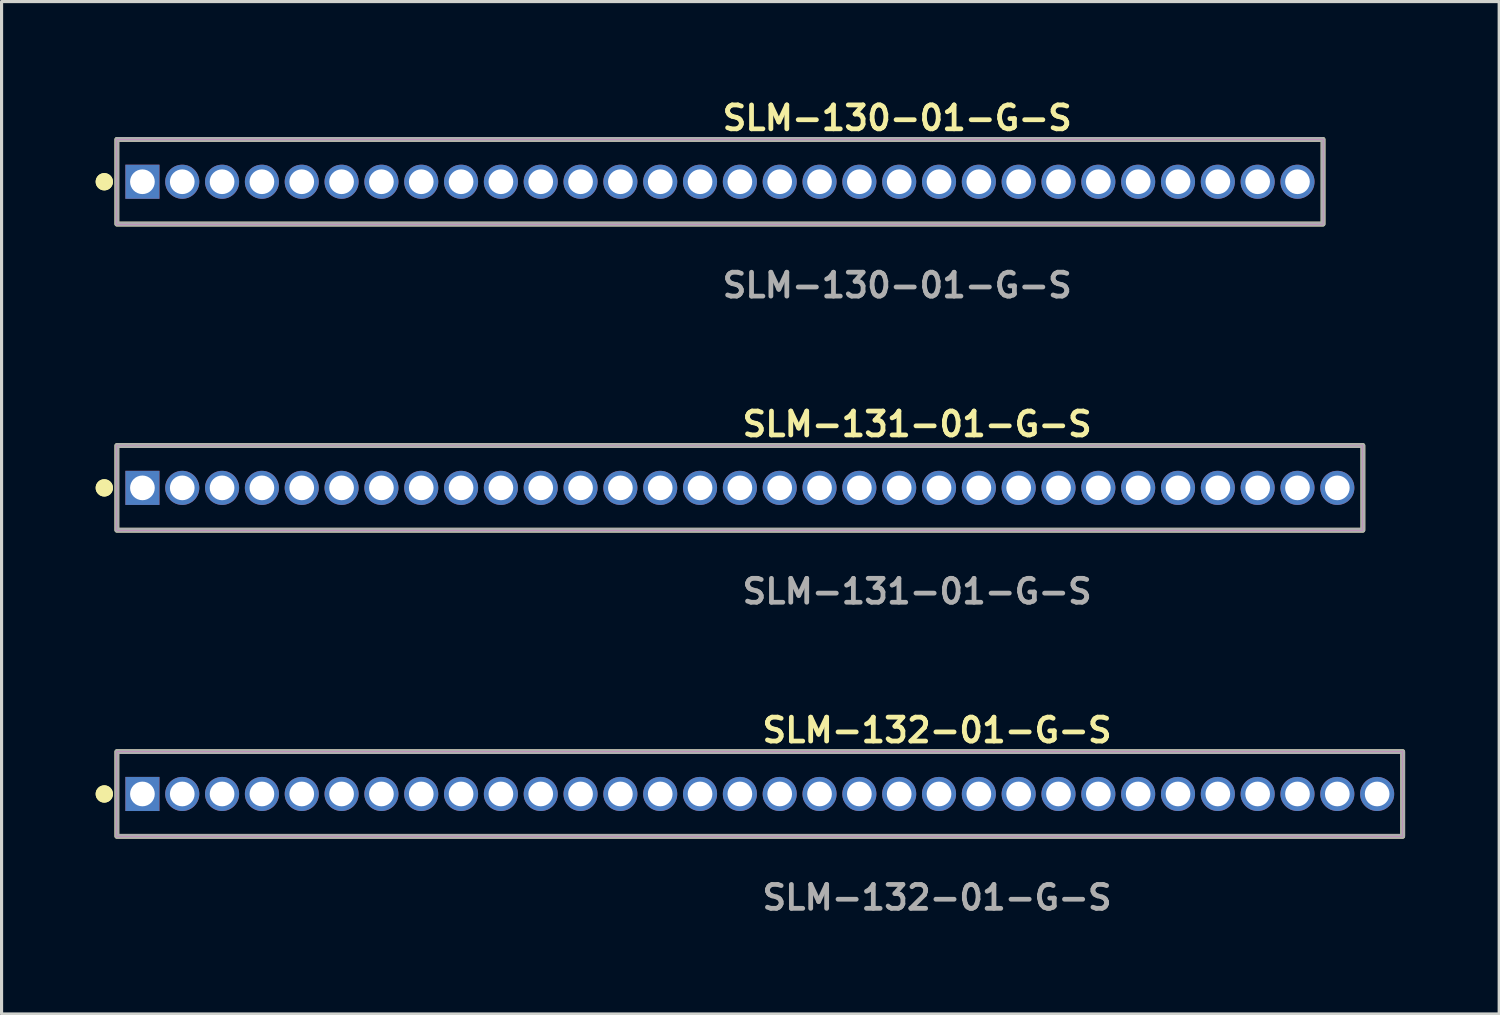
<source format=kicad_pcb>
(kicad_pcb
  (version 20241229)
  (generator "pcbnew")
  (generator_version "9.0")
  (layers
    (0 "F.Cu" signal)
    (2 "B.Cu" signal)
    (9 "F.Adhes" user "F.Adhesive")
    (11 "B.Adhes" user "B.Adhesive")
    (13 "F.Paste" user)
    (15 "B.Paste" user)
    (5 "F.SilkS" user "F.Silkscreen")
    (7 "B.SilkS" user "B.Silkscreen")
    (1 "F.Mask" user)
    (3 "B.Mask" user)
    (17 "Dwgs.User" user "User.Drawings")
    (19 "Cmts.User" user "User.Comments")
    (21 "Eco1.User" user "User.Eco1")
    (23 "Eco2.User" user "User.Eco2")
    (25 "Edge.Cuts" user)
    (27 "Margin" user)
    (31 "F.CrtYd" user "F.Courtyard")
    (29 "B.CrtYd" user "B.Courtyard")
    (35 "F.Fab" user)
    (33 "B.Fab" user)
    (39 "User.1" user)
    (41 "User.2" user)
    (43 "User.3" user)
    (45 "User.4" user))
  (footprint "SLM-130-01-G-S"
    (layer "F.Cu")
    (at 19.906 2.745)
    (property "Reference" "SLM-130-01-G-S" (at 0 -2.032 0) (unlocked yes) (layer "F.SilkS") (effects (font (size 0.762 0.762) (thickness 0.152)) (justify left)))
    (fp_rect (start -19.23 1.35) (end 19.23 -1.35) (stroke (width 0.152) (type solid)) (fill no) (layer "F.SilkS"))
    (fp_circle (center -19.63 0) (end -19.83 0) (stroke (width 0.152) (type solid)) (fill yes) (layer "F.SilkS"))
    (fp_circle (center -19.63 0) (end -19.83 0) (stroke (width 0.152) (type solid)) (fill yes) (layer "F.SilkS"))
    (fp_rect (start -19.23 1.35) (end 19.23 -1.35) (stroke (width 0.006) (type solid)) (fill no) (layer "F.CrtYd"))
    (fp_rect (start -19.23 1.35) (end 19.23 -1.35) (stroke (width 0.152) (type solid)) (fill no) (layer "F.Fab"))
    (fp_text user "${REFERENCE}" (at 0 3.302 0) (unlocked yes) (layer "F.Fab") (effects (font (size 0.762 0.762) (thickness 0.152)) (justify left)))
    (pad "1" thru_hole rect (at -18.415 0) (size 1.087 1.087) (drill 0.787) (layers "*.Cu" "*.Mask"))
    (pad "2" thru_hole circle (at -17.145 0) (size 1.087 1.087) (drill 0.787) (layers "*.Cu" "*.Mask"))
    (pad "3" thru_hole circle (at -15.875 0) (size 1.087 1.087) (drill 0.787) (layers "*.Cu" "*.Mask"))
    (pad "4" thru_hole circle (at -14.605 0) (size 1.087 1.087) (drill 0.787) (layers "*.Cu" "*.Mask"))
    (pad "5" thru_hole circle (at -13.335 0) (size 1.087 1.087) (drill 0.787) (layers "*.Cu" "*.Mask"))
    (pad "6" thru_hole circle (at -12.065 0) (size 1.087 1.087) (drill 0.787) (layers "*.Cu" "*.Mask"))
    (pad "7" thru_hole circle (at -10.795 0) (size 1.087 1.087) (drill 0.787) (layers "*.Cu" "*.Mask"))
    (pad "8" thru_hole circle (at -9.525 0) (size 1.087 1.087) (drill 0.787) (layers "*.Cu" "*.Mask"))
    (pad "9" thru_hole circle (at -8.255 0) (size 1.087 1.087) (drill 0.787) (layers "*.Cu" "*.Mask"))
    (pad "10" thru_hole circle (at -6.985 0) (size 1.087 1.087) (drill 0.787) (layers "*.Cu" "*.Mask"))
    (pad "11" thru_hole circle (at -5.715 0) (size 1.087 1.087) (drill 0.787) (layers "*.Cu" "*.Mask"))
    (pad "12" thru_hole circle (at -4.445 0) (size 1.087 1.087) (drill 0.787) (layers "*.Cu" "*.Mask"))
    (pad "13" thru_hole circle (at -3.175 0) (size 1.087 1.087) (drill 0.787) (layers "*.Cu" "*.Mask"))
    (pad "14" thru_hole circle (at -1.905 0) (size 1.087 1.087) (drill 0.787) (layers "*.Cu" "*.Mask"))
    (pad "15" thru_hole circle (at -0.635 0) (size 1.087 1.087) (drill 0.787) (layers "*.Cu" "*.Mask"))
    (pad "16" thru_hole circle (at 0.635 0) (size 1.087 1.087) (drill 0.787) (layers "*.Cu" "*.Mask"))
    (pad "17" thru_hole circle (at 1.905 0) (size 1.087 1.087) (drill 0.787) (layers "*.Cu" "*.Mask"))
    (pad "18" thru_hole circle (at 3.175 0) (size 1.087 1.087) (drill 0.787) (layers "*.Cu" "*.Mask"))
    (pad "19" thru_hole circle (at 4.445 0) (size 1.087 1.087) (drill 0.787) (layers "*.Cu" "*.Mask"))
    (pad "20" thru_hole circle (at 5.715 0) (size 1.087 1.087) (drill 0.787) (layers "*.Cu" "*.Mask"))
    (pad "21" thru_hole circle (at 6.985 0) (size 1.087 1.087) (drill 0.787) (layers "*.Cu" "*.Mask"))
    (pad "22" thru_hole circle (at 8.255 0) (size 1.087 1.087) (drill 0.787) (layers "*.Cu" "*.Mask"))
    (pad "23" thru_hole circle (at 9.525 0) (size 1.087 1.087) (drill 0.787) (layers "*.Cu" "*.Mask"))
    (pad "24" thru_hole circle (at 10.795 0) (size 1.087 1.087) (drill 0.787) (layers "*.Cu" "*.Mask"))
    (pad "25" thru_hole circle (at 12.065 0) (size 1.087 1.087) (drill 0.787) (layers "*.Cu" "*.Mask"))
    (pad "26" thru_hole circle (at 13.335 0) (size 1.087 1.087) (drill 0.787) (layers "*.Cu" "*.Mask"))
    (pad "27" thru_hole circle (at 14.605 0) (size 1.087 1.087) (drill 0.787) (layers "*.Cu" "*.Mask"))
    (pad "28" thru_hole circle (at 15.875 0) (size 1.087 1.087) (drill 0.787) (layers "*.Cu" "*.Mask"))
    (pad "29" thru_hole circle (at 17.145 0) (size 1.087 1.087) (drill 0.787) (layers "*.Cu" "*.Mask"))
    (pad "30" thru_hole circle (at 18.415 0) (size 1.087 1.087) (drill 0.787) (layers "*.Cu" "*.Mask")))
  (footprint "SLM-132-01-G-S"
    (layer "F.Cu")
    (at 21.176 22.266)
    (property "Reference" "SLM-132-01-G-S" (at 0 -2.032 0) (unlocked yes) (layer "F.SilkS") (effects (font (size 0.762 0.762) (thickness 0.152)) (justify left)))
    (fp_rect (start -20.5 1.35) (end 20.5 -1.35) (stroke (width 0.152) (type solid)) (fill no) (layer "F.SilkS"))
    (fp_circle (center -20.9 0) (end -21.1 0) (stroke (width 0.152) (type solid)) (fill yes) (layer "F.SilkS"))
    (fp_circle (center -20.9 0) (end -21.1 0) (stroke (width 0.152) (type solid)) (fill yes) (layer "F.SilkS"))
    (fp_rect (start -20.5 1.35) (end 20.5 -1.35) (stroke (width 0.006) (type solid)) (fill no) (layer "F.CrtYd"))
    (fp_rect (start -20.5 1.35) (end 20.5 -1.35) (stroke (width 0.152) (type solid)) (fill no) (layer "F.Fab"))
    (fp_text user "${REFERENCE}" (at 0 3.302 0) (unlocked yes) (layer "F.Fab") (effects (font (size 0.762 0.762) (thickness 0.152)) (justify left)))
    (pad "1" thru_hole rect (at -19.685 0) (size 1.087 1.087) (drill 0.787) (layers "*.Cu" "*.Mask"))
    (pad "2" thru_hole circle (at -18.415 0) (size 1.087 1.087) (drill 0.787) (layers "*.Cu" "*.Mask"))
    (pad "3" thru_hole circle (at -17.145 0) (size 1.087 1.087) (drill 0.787) (layers "*.Cu" "*.Mask"))
    (pad "4" thru_hole circle (at -15.875 0) (size 1.087 1.087) (drill 0.787) (layers "*.Cu" "*.Mask"))
    (pad "5" thru_hole circle (at -14.605 0) (size 1.087 1.087) (drill 0.787) (layers "*.Cu" "*.Mask"))
    (pad "6" thru_hole circle (at -13.335 0) (size 1.087 1.087) (drill 0.787) (layers "*.Cu" "*.Mask"))
    (pad "7" thru_hole circle (at -12.065 0) (size 1.087 1.087) (drill 0.787) (layers "*.Cu" "*.Mask"))
    (pad "8" thru_hole circle (at -10.795 0) (size 1.087 1.087) (drill 0.787) (layers "*.Cu" "*.Mask"))
    (pad "9" thru_hole circle (at -9.525 0) (size 1.087 1.087) (drill 0.787) (layers "*.Cu" "*.Mask"))
    (pad "10" thru_hole circle (at -8.255 0) (size 1.087 1.087) (drill 0.787) (layers "*.Cu" "*.Mask"))
    (pad "11" thru_hole circle (at -6.985 0) (size 1.087 1.087) (drill 0.787) (layers "*.Cu" "*.Mask"))
    (pad "12" thru_hole circle (at -5.715 0) (size 1.087 1.087) (drill 0.787) (layers "*.Cu" "*.Mask"))
    (pad "13" thru_hole circle (at -4.445 0) (size 1.087 1.087) (drill 0.787) (layers "*.Cu" "*.Mask"))
    (pad "14" thru_hole circle (at -3.175 0) (size 1.087 1.087) (drill 0.787) (layers "*.Cu" "*.Mask"))
    (pad "15" thru_hole circle (at -1.905 0) (size 1.087 1.087) (drill 0.787) (layers "*.Cu" "*.Mask"))
    (pad "16" thru_hole circle (at -0.635 0) (size 1.087 1.087) (drill 0.787) (layers "*.Cu" "*.Mask"))
    (pad "17" thru_hole circle (at 0.635 0) (size 1.087 1.087) (drill 0.787) (layers "*.Cu" "*.Mask"))
    (pad "18" thru_hole circle (at 1.905 0) (size 1.087 1.087) (drill 0.787) (layers "*.Cu" "*.Mask"))
    (pad "19" thru_hole circle (at 3.175 0) (size 1.087 1.087) (drill 0.787) (layers "*.Cu" "*.Mask"))
    (pad "20" thru_hole circle (at 4.445 0) (size 1.087 1.087) (drill 0.787) (layers "*.Cu" "*.Mask"))
    (pad "21" thru_hole circle (at 5.715 0) (size 1.087 1.087) (drill 0.787) (layers "*.Cu" "*.Mask"))
    (pad "22" thru_hole circle (at 6.985 0) (size 1.087 1.087) (drill 0.787) (layers "*.Cu" "*.Mask"))
    (pad "23" thru_hole circle (at 8.255 0) (size 1.087 1.087) (drill 0.787) (layers "*.Cu" "*.Mask"))
    (pad "24" thru_hole circle (at 9.525 0) (size 1.087 1.087) (drill 0.787) (layers "*.Cu" "*.Mask"))
    (pad "25" thru_hole circle (at 10.795 0) (size 1.087 1.087) (drill 0.787) (layers "*.Cu" "*.Mask"))
    (pad "26" thru_hole circle (at 12.065 0) (size 1.087 1.087) (drill 0.787) (layers "*.Cu" "*.Mask"))
    (pad "27" thru_hole circle (at 13.335 0) (size 1.087 1.087) (drill 0.787) (layers "*.Cu" "*.Mask"))
    (pad "28" thru_hole circle (at 14.605 0) (size 1.087 1.087) (drill 0.787) (layers "*.Cu" "*.Mask"))
    (pad "29" thru_hole circle (at 15.875 0) (size 1.087 1.087) (drill 0.787) (layers "*.Cu" "*.Mask"))
    (pad "30" thru_hole circle (at 17.145 0) (size 1.087 1.087) (drill 0.787) (layers "*.Cu" "*.Mask"))
    (pad "31" thru_hole circle (at 18.415 0) (size 1.087 1.087) (drill 0.787) (layers "*.Cu" "*.Mask"))
    (pad "32" thru_hole circle (at 19.685 0) (size 1.087 1.087) (drill 0.787) (layers "*.Cu" "*.Mask")))
  (footprint "SLM-131-01-G-S"
    (layer "F.Cu")
    (at 20.541 12.506)
    (property "Reference" "SLM-131-01-G-S" (at 0 -2.032 0) (unlocked yes) (layer "F.SilkS") (effects (font (size 0.762 0.762) (thickness 0.152)) (justify left)))
    (fp_rect (start -19.865 1.35) (end 19.865 -1.35) (stroke (width 0.152) (type solid)) (fill no) (layer "F.SilkS"))
    (fp_circle (center -20.265 0) (end -20.465 0) (stroke (width 0.152) (type solid)) (fill yes) (layer "F.SilkS"))
    (fp_circle (center -20.265 0) (end -20.465 0) (stroke (width 0.152) (type solid)) (fill yes) (layer "F.SilkS"))
    (fp_rect (start -19.865 1.35) (end 19.865 -1.35) (stroke (width 0.006) (type solid)) (fill no) (layer "F.CrtYd"))
    (fp_rect (start -19.865 1.35) (end 19.865 -1.35) (stroke (width 0.152) (type solid)) (fill no) (layer "F.Fab"))
    (fp_text user "${REFERENCE}" (at 0 3.302 0) (unlocked yes) (layer "F.Fab") (effects (font (size 0.762 0.762) (thickness 0.152)) (justify left)))
    (pad "1" thru_hole rect (at -19.05 0) (size 1.087 1.087) (drill 0.787) (layers "*.Cu" "*.Mask"))
    (pad "2" thru_hole circle (at -17.78 0) (size 1.087 1.087) (drill 0.787) (layers "*.Cu" "*.Mask"))
    (pad "3" thru_hole circle (at -16.51 0) (size 1.087 1.087) (drill 0.787) (layers "*.Cu" "*.Mask"))
    (pad "4" thru_hole circle (at -15.24 0) (size 1.087 1.087) (drill 0.787) (layers "*.Cu" "*.Mask"))
    (pad "5" thru_hole circle (at -13.97 0) (size 1.087 1.087) (drill 0.787) (layers "*.Cu" "*.Mask"))
    (pad "6" thru_hole circle (at -12.7 0) (size 1.087 1.087) (drill 0.787) (layers "*.Cu" "*.Mask"))
    (pad "7" thru_hole circle (at -11.43 0) (size 1.087 1.087) (drill 0.787) (layers "*.Cu" "*.Mask"))
    (pad "8" thru_hole circle (at -10.16 0) (size 1.087 1.087) (drill 0.787) (layers "*.Cu" "*.Mask"))
    (pad "9" thru_hole circle (at -8.89 0) (size 1.087 1.087) (drill 0.787) (layers "*.Cu" "*.Mask"))
    (pad "10" thru_hole circle (at -7.62 0) (size 1.087 1.087) (drill 0.787) (layers "*.Cu" "*.Mask"))
    (pad "11" thru_hole circle (at -6.35 0) (size 1.087 1.087) (drill 0.787) (layers "*.Cu" "*.Mask"))
    (pad "12" thru_hole circle (at -5.08 0) (size 1.087 1.087) (drill 0.787) (layers "*.Cu" "*.Mask"))
    (pad "13" thru_hole circle (at -3.81 0) (size 1.087 1.087) (drill 0.787) (layers "*.Cu" "*.Mask"))
    (pad "14" thru_hole circle (at -2.54 0) (size 1.087 1.087) (drill 0.787) (layers "*.Cu" "*.Mask"))
    (pad "15" thru_hole circle (at -1.27 0) (size 1.087 1.087) (drill 0.787) (layers "*.Cu" "*.Mask"))
    (pad "16" thru_hole circle (at 0 0) (size 1.087 1.087) (drill 0.787) (layers "*.Cu" "*.Mask"))
    (pad "17" thru_hole circle (at 1.27 0) (size 1.087 1.087) (drill 0.787) (layers "*.Cu" "*.Mask"))
    (pad "18" thru_hole circle (at 2.54 0) (size 1.087 1.087) (drill 0.787) (layers "*.Cu" "*.Mask"))
    (pad "19" thru_hole circle (at 3.81 0) (size 1.087 1.087) (drill 0.787) (layers "*.Cu" "*.Mask"))
    (pad "20" thru_hole circle (at 5.08 0) (size 1.087 1.087) (drill 0.787) (layers "*.Cu" "*.Mask"))
    (pad "21" thru_hole circle (at 6.35 0) (size 1.087 1.087) (drill 0.787) (layers "*.Cu" "*.Mask"))
    (pad "22" thru_hole circle (at 7.62 0) (size 1.087 1.087) (drill 0.787) (layers "*.Cu" "*.Mask"))
    (pad "23" thru_hole circle (at 8.89 0) (size 1.087 1.087) (drill 0.787) (layers "*.Cu" "*.Mask"))
    (pad "24" thru_hole circle (at 10.16 0) (size 1.087 1.087) (drill 0.787) (layers "*.Cu" "*.Mask"))
    (pad "25" thru_hole circle (at 11.43 0) (size 1.087 1.087) (drill 0.787) (layers "*.Cu" "*.Mask"))
    (pad "26" thru_hole circle (at 12.7 0) (size 1.087 1.087) (drill 0.787) (layers "*.Cu" "*.Mask"))
    (pad "27" thru_hole circle (at 13.97 0) (size 1.087 1.087) (drill 0.787) (layers "*.Cu" "*.Mask"))
    (pad "28" thru_hole circle (at 15.24 0) (size 1.087 1.087) (drill 0.787) (layers "*.Cu" "*.Mask"))
    (pad "29" thru_hole circle (at 16.51 0) (size 1.087 1.087) (drill 0.787) (layers "*.Cu" "*.Mask"))
    (pad "30" thru_hole circle (at 17.78 0) (size 1.087 1.087) (drill 0.787) (layers "*.Cu" "*.Mask"))
    (pad "31" thru_hole circle (at 19.05 0) (size 1.087 1.087) (drill 0.787) (layers "*.Cu" "*.Mask")))
  (gr_rect
    (start -3 -3)
    (end 44.752 29.281)
    (stroke (width 0.1) (type default))
    (fill no)
    (layer "Edge.Cuts")))
</source>
